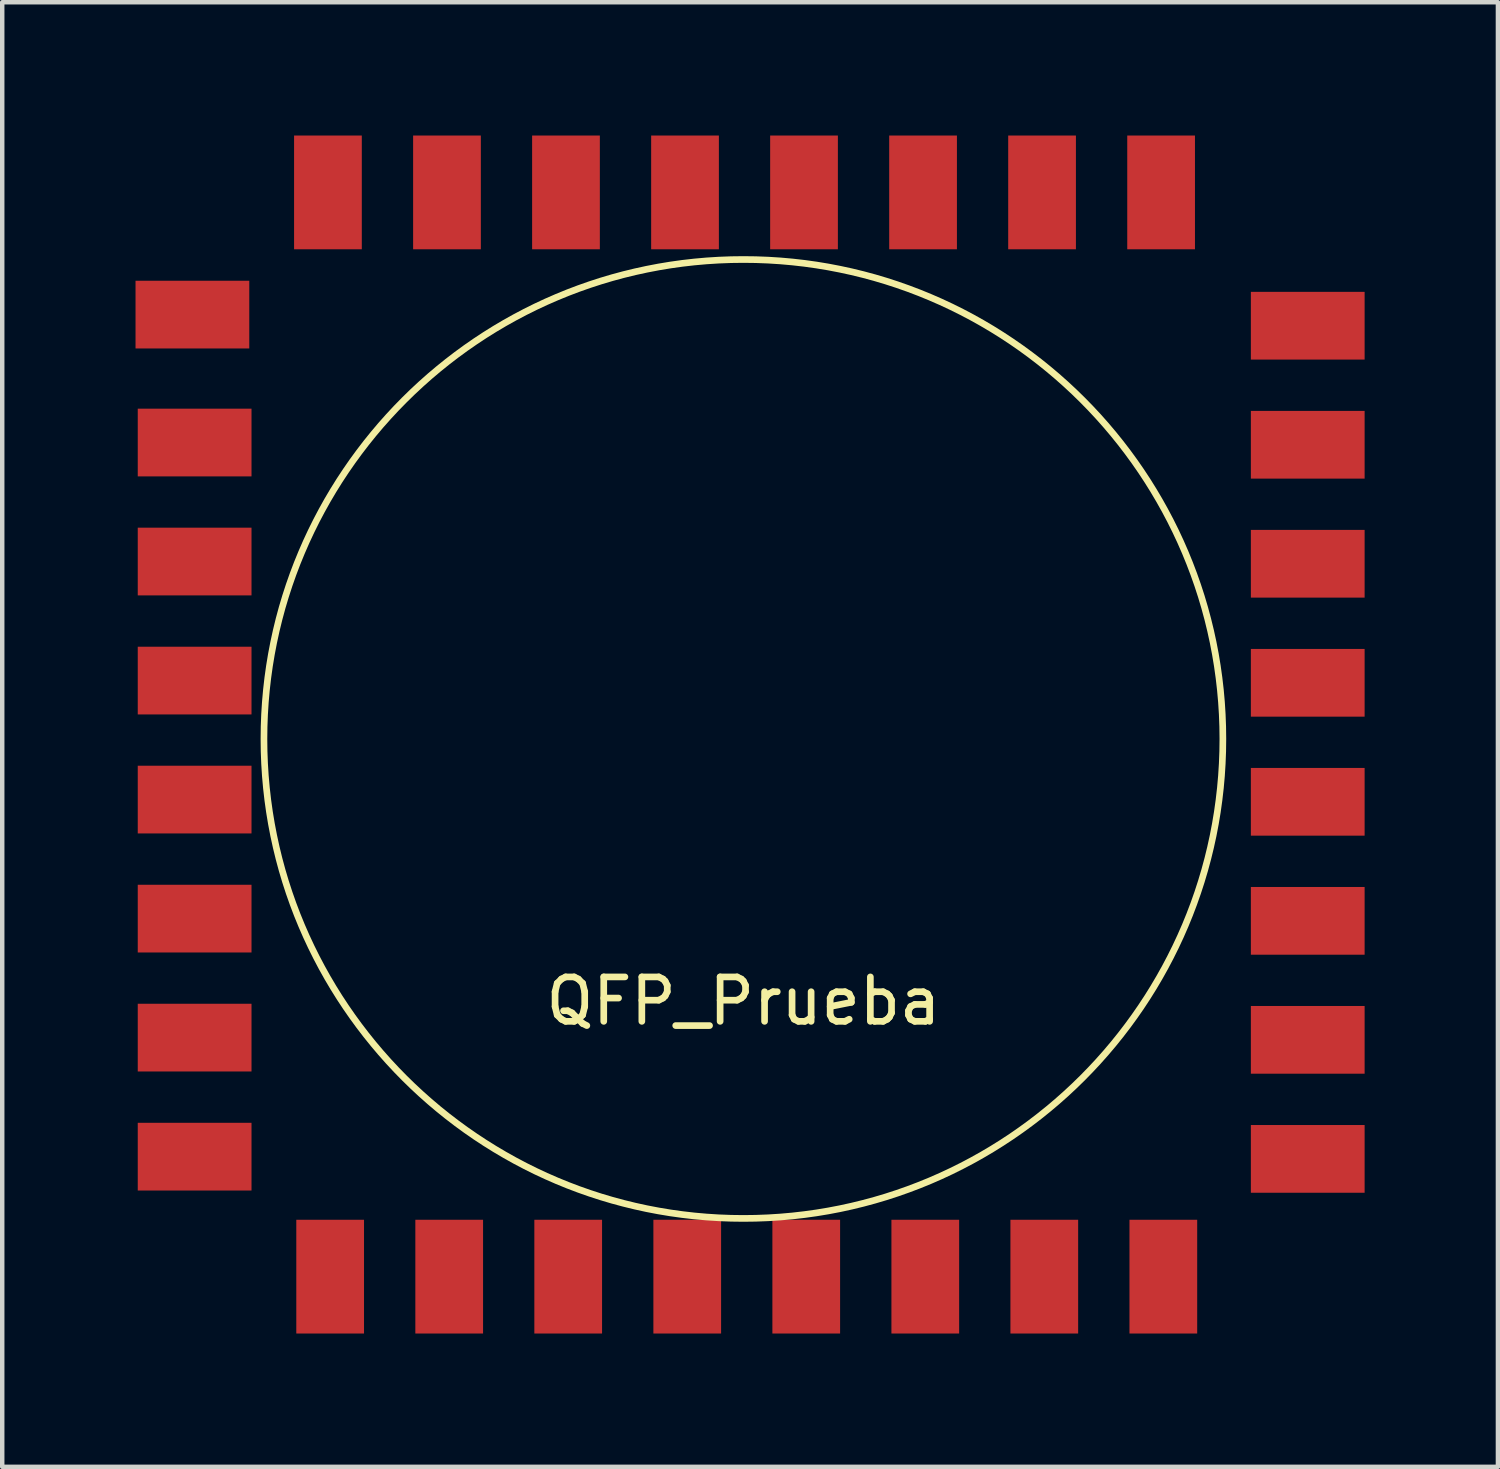
<source format=kicad_pcb>
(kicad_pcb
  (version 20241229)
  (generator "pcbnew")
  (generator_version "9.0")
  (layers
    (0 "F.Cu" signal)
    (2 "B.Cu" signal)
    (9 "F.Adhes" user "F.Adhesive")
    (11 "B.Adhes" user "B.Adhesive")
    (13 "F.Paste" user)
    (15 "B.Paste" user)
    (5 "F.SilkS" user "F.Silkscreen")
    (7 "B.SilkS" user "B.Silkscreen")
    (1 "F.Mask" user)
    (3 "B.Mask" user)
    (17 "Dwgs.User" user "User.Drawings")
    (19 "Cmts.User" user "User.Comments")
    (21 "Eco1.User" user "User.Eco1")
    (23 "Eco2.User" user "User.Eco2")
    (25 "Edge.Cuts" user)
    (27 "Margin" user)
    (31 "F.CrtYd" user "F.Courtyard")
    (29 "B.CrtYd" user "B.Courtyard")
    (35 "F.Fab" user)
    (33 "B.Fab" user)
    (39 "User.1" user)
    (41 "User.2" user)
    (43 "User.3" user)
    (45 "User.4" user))
  (footprint "QFP_Prueba"
    (layer "F.Cu")
    (at 13.68 13.58)
    (property "Reference" "QFP_Prueba" (at 0 5.9 0) (layer "F.SilkS") (effects (font (size 1 1) (thickness 0.15))))
    (attr through_hole)
    (fp_circle (center 0 0) (end 3.05 -10.35) (stroke (width 0.15) (type solid)) (fill no) (layer "F.SilkS"))
    (pad "1" smd rect (at -12.4 -9.55 90) (size 1.524 2.56) (layers "F.Cu" "F.Mask" "F.Paste"))
    (pad "2" smd rect (at -12.35 -6.671 90) (size 1.524 2.56) (layers "F.Cu" "F.Mask" "F.Paste"))
    (pad "3" smd rect (at -12.35 -3.993 90) (size 1.524 2.56) (layers "F.Cu" "F.Mask" "F.Paste"))
    (pad "4" smd rect (at -12.35 -1.314 90) (size 1.524 2.56) (layers "F.Cu" "F.Mask" "F.Paste"))
    (pad "5" smd rect (at -12.35 1.364 90) (size 1.524 2.56) (layers "F.Cu" "F.Mask" "F.Paste"))
    (pad "6" smd rect (at -12.35 4.043 90) (size 1.524 2.56) (layers "F.Cu" "F.Mask" "F.Paste"))
    (pad "7" smd rect (at -12.35 6.721 90) (size 1.524 2.56) (layers "F.Cu" "F.Mask" "F.Paste"))
    (pad "8" smd rect (at -12.35 9.4 90) (size 1.524 2.56) (layers "F.Cu" "F.Mask" "F.Paste"))
    (pad "9" smd rect (at -9.3 12.1 180) (size 1.524 2.56) (layers "F.Cu" "F.Mask" "F.Paste"))
    (pad "10" smd rect (at -6.621 12.1 180) (size 1.524 2.56) (layers "F.Cu" "F.Mask" "F.Paste"))
    (pad "11" smd rect (at -3.943 12.1 180) (size 1.524 2.56) (layers "F.Cu" "F.Mask" "F.Paste"))
    (pad "12" smd rect (at -1.264 12.1 180) (size 1.524 2.56) (layers "F.Cu" "F.Mask" "F.Paste"))
    (pad "13" smd rect (at 1.414 12.1 180) (size 1.524 2.56) (layers "F.Cu" "F.Mask" "F.Paste"))
    (pad "14" smd rect (at 4.093 12.1 180) (size 1.524 2.56) (layers "F.Cu" "F.Mask" "F.Paste"))
    (pad "15" smd rect (at 6.771 12.1 180) (size 1.524 2.56) (layers "F.Cu" "F.Mask" "F.Paste"))
    (pad "16" smd rect (at 9.45 12.1 180) (size 1.524 2.56) (layers "F.Cu" "F.Mask" "F.Paste"))
    (pad "17" smd rect (at 12.7 9.45 90) (size 1.524 2.56) (layers "F.Cu" "F.Mask" "F.Paste"))
    (pad "18" smd rect (at 12.7 6.771 90) (size 1.524 2.56) (layers "F.Cu" "F.Mask" "F.Paste"))
    (pad "19" smd rect (at 12.7 4.093 90) (size 1.524 2.56) (layers "F.Cu" "F.Mask" "F.Paste"))
    (pad "20" smd rect (at 12.7 1.414 90) (size 1.524 2.56) (layers "F.Cu" "F.Mask" "F.Paste"))
    (pad "21" smd rect (at 12.7 -1.264 90) (size 1.524 2.56) (layers "F.Cu" "F.Mask" "F.Paste"))
    (pad "22" smd rect (at 12.7 -3.943 90) (size 1.524 2.56) (layers "F.Cu" "F.Mask" "F.Paste"))
    (pad "23" smd rect (at 12.7 -6.621 90) (size 1.524 2.56) (layers "F.Cu" "F.Mask" "F.Paste"))
    (pad "24" smd rect (at 12.7 -9.3 90) (size 1.524 2.56) (layers "F.Cu" "F.Mask" "F.Paste"))
    (pad "25" smd rect (at 9.4 -12.3) (size 1.524 2.56) (layers "F.Cu" "F.Mask" "F.Paste"))
    (pad "26" smd rect (at 6.721 -12.3) (size 1.524 2.56) (layers "F.Cu" "F.Mask" "F.Paste"))
    (pad "27" smd rect (at 4.043 -12.3) (size 1.524 2.56) (layers "F.Cu" "F.Mask" "F.Paste"))
    (pad "28" smd rect (at 1.364 -12.3) (size 1.524 2.56) (layers "F.Cu" "F.Mask" "F.Paste"))
    (pad "29" smd rect (at -1.314 -12.3) (size 1.524 2.56) (layers "F.Cu" "F.Mask" "F.Paste"))
    (pad "30" smd rect (at -3.993 -12.3) (size 1.524 2.56) (layers "F.Cu" "F.Mask" "F.Paste"))
    (pad "31" smd rect (at -6.671 -12.3) (size 1.524 2.56) (layers "F.Cu" "F.Mask" "F.Paste"))
    (pad "32" smd rect (at -9.35 -12.3) (size 1.524 2.56) (layers "F.Cu" "F.Mask" "F.Paste")))
  (gr_rect
    (start -3 -3)
    (end 30.66 29.96)
    (stroke (width 0.1) (type default))
    (fill no)
    (layer "Edge.Cuts")))
</source>
